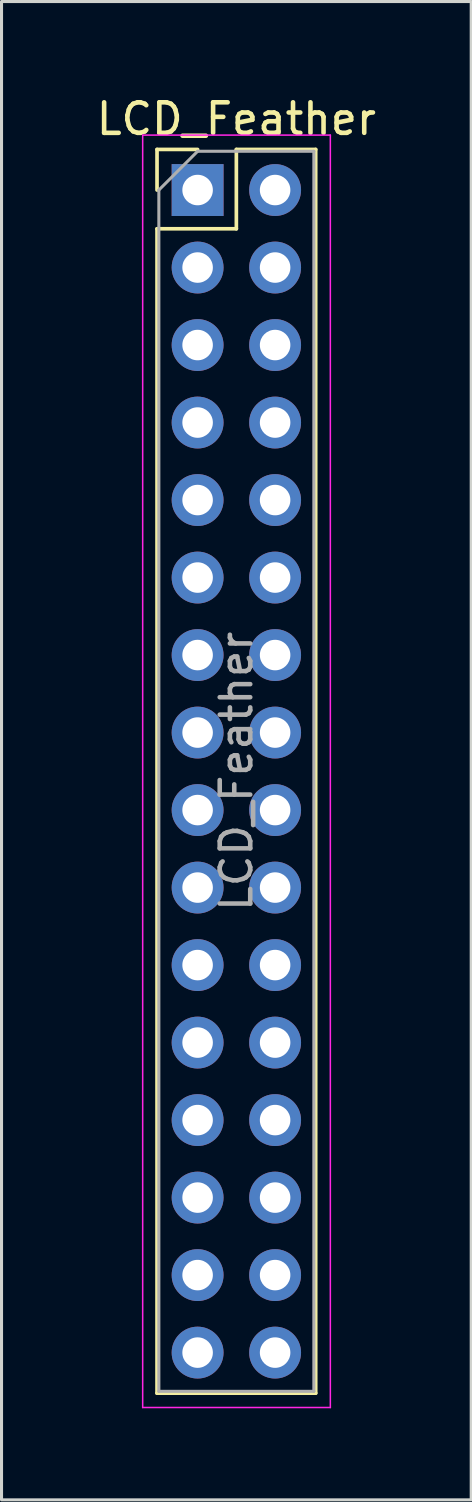
<source format=kicad_pcb>
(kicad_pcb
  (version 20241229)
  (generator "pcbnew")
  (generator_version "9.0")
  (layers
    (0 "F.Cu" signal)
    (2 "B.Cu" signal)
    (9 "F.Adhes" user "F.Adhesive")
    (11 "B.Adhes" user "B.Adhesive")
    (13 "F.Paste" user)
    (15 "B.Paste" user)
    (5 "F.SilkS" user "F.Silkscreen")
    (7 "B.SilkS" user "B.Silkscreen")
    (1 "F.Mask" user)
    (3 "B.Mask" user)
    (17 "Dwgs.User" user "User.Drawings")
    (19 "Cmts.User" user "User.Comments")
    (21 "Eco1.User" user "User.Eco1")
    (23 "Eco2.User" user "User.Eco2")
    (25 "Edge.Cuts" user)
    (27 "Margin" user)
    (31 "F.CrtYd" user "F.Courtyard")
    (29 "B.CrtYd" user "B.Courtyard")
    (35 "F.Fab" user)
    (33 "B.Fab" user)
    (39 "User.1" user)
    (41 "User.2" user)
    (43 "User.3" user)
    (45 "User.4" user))
  (footprint "LCD_Feather"
    (layer "F.Cu")
    (at 3.426 3.178)
    (property "Reference" "LCD_Feather" (at 1.27 -2.33 0) (layer "F.SilkS") (effects (font (size 1 1) (thickness 0.15))))
    (attr through_hole)
    (fp_line (start -1.33 -1.33) (end 0 -1.33) (stroke (width 0.12) (type solid)) (layer "F.SilkS"))
    (fp_line (start -1.33 0) (end -1.33 -1.33) (stroke (width 0.12) (type solid)) (layer "F.SilkS"))
    (fp_line (start -1.33 1.27) (end -1.33 39.43) (stroke (width 0.12) (type solid)) (layer "F.SilkS"))
    (fp_line (start -1.33 1.27) (end 1.27 1.27) (stroke (width 0.12) (type solid)) (layer "F.SilkS"))
    (fp_line (start -1.33 39.43) (end 3.87 39.43) (stroke (width 0.12) (type solid)) (layer "F.SilkS"))
    (fp_line (start 1.27 -1.33) (end 3.87 -1.33) (stroke (width 0.12) (type solid)) (layer "F.SilkS"))
    (fp_line (start 1.27 1.27) (end 1.27 -1.33) (stroke (width 0.12) (type solid)) (layer "F.SilkS"))
    (fp_line (start 3.87 -1.33) (end 3.87 39.43) (stroke (width 0.12) (type solid)) (layer "F.SilkS"))
    (fp_line (start -1.8 -1.8) (end -1.8 39.9) (stroke (width 0.05) (type solid)) (layer "F.CrtYd"))
    (fp_line (start -1.8 39.9) (end 4.35 39.9) (stroke (width 0.05) (type solid)) (layer "F.CrtYd"))
    (fp_line (start 4.35 -1.8) (end -1.8 -1.8) (stroke (width 0.05) (type solid)) (layer "F.CrtYd"))
    (fp_line (start 4.35 39.9) (end 4.35 -1.8) (stroke (width 0.05) (type solid)) (layer "F.CrtYd"))
    (fp_line (start -1.27 0) (end 0 -1.27) (stroke (width 0.1) (type solid)) (layer "F.Fab"))
    (fp_line (start -1.27 39.37) (end -1.27 0) (stroke (width 0.1) (type solid)) (layer "F.Fab"))
    (fp_line (start 0 -1.27) (end 3.81 -1.27) (stroke (width 0.1) (type solid)) (layer "F.Fab"))
    (fp_line (start 3.81 -1.27) (end 3.81 39.37) (stroke (width 0.1) (type solid)) (layer "F.Fab"))
    (fp_line (start 3.81 39.37) (end -1.27 39.37) (stroke (width 0.1) (type solid)) (layer "F.Fab"))
    (fp_text user "${REFERENCE}" (at 1.27 19.05 90) (layer "F.Fab") (effects (font (size 1 1) (thickness 0.15))))
    (pad "1" thru_hole rect (at 0 0) (size 1.7 1.7) (drill 1) (layers "*.Cu" "*.Mask"))
    (pad "2" thru_hole oval (at 2.54 0) (size 1.7 1.7) (drill 1) (layers "*.Cu" "*.Mask"))
    (pad "3" thru_hole oval (at 0 2.54) (size 1.7 1.7) (drill 1) (layers "*.Cu" "*.Mask"))
    (pad "4" thru_hole oval (at 2.54 2.54) (size 1.7 1.7) (drill 1) (layers "*.Cu" "*.Mask"))
    (pad "5" thru_hole oval (at 0 5.08) (size 1.7 1.7) (drill 1) (layers "*.Cu" "*.Mask"))
    (pad "6" thru_hole oval (at 2.54 5.08) (size 1.7 1.7) (drill 1) (layers "*.Cu" "*.Mask"))
    (pad "7" thru_hole oval (at 0 7.62) (size 1.7 1.7) (drill 1) (layers "*.Cu" "*.Mask"))
    (pad "8" thru_hole oval (at 2.54 7.62) (size 1.7 1.7) (drill 1) (layers "*.Cu" "*.Mask"))
    (pad "9" thru_hole oval (at 0 10.16) (size 1.7 1.7) (drill 1) (layers "*.Cu" "*.Mask"))
    (pad "10" thru_hole oval (at 2.54 10.16) (size 1.7 1.7) (drill 1) (layers "*.Cu" "*.Mask"))
    (pad "11" thru_hole oval (at 0 12.7) (size 1.7 1.7) (drill 1) (layers "*.Cu" "*.Mask"))
    (pad "12" thru_hole oval (at 2.54 12.7) (size 1.7 1.7) (drill 1) (layers "*.Cu" "*.Mask"))
    (pad "13" thru_hole oval (at 0 15.24) (size 1.7 1.7) (drill 1) (layers "*.Cu" "*.Mask"))
    (pad "14" thru_hole oval (at 2.54 15.24) (size 1.7 1.7) (drill 1) (layers "*.Cu" "*.Mask"))
    (pad "15" thru_hole oval (at 0 17.78) (size 1.7 1.7) (drill 1) (layers "*.Cu" "*.Mask"))
    (pad "16" thru_hole oval (at 2.54 17.78) (size 1.7 1.7) (drill 1) (layers "*.Cu" "*.Mask"))
    (pad "17" thru_hole oval (at 0 20.32) (size 1.7 1.7) (drill 1) (layers "*.Cu" "*.Mask"))
    (pad "18" thru_hole oval (at 2.54 20.32) (size 1.7 1.7) (drill 1) (layers "*.Cu" "*.Mask"))
    (pad "19" thru_hole oval (at 0 22.86) (size 1.7 1.7) (drill 1) (layers "*.Cu" "*.Mask"))
    (pad "20" thru_hole oval (at 2.54 22.86) (size 1.7 1.7) (drill 1) (layers "*.Cu" "*.Mask"))
    (pad "21" thru_hole oval (at 0 25.4) (size 1.7 1.7) (drill 1) (layers "*.Cu" "*.Mask"))
    (pad "22" thru_hole oval (at 2.54 25.4) (size 1.7 1.7) (drill 1) (layers "*.Cu" "*.Mask"))
    (pad "23" thru_hole oval (at 0 27.94) (size 1.7 1.7) (drill 1) (layers "*.Cu" "*.Mask"))
    (pad "24" thru_hole oval (at 2.54 27.94) (size 1.7 1.7) (drill 1) (layers "*.Cu" "*.Mask"))
    (pad "25" thru_hole oval (at 0 30.48) (size 1.7 1.7) (drill 1) (layers "*.Cu" "*.Mask"))
    (pad "26" thru_hole oval (at 2.54 30.48) (size 1.7 1.7) (drill 1) (layers "*.Cu" "*.Mask"))
    (pad "27" thru_hole oval (at 0 33.02) (size 1.7 1.7) (drill 1) (layers "*.Cu" "*.Mask"))
    (pad "28" thru_hole oval (at 2.54 33.02) (size 1.7 1.7) (drill 1) (layers "*.Cu" "*.Mask"))
    (pad "29" thru_hole oval (at 0 35.56) (size 1.7 1.7) (drill 1) (layers "*.Cu" "*.Mask"))
    (pad "30" thru_hole oval (at 2.54 35.56) (size 1.7 1.7) (drill 1) (layers "*.Cu" "*.Mask"))
    (pad "31" thru_hole oval (at 0 38.1) (size 1.7 1.7) (drill 1) (layers "*.Cu" "*.Mask"))
    (pad "32" thru_hole oval (at 2.54 38.1) (size 1.7 1.7) (drill 1) (layers "*.Cu" "*.Mask")))
  (gr_rect
    (start -3 -3)
    (end 12.393 46.103)
    (stroke (width 0.1) (type default))
    (fill no)
    (layer "Edge.Cuts")))
</source>
